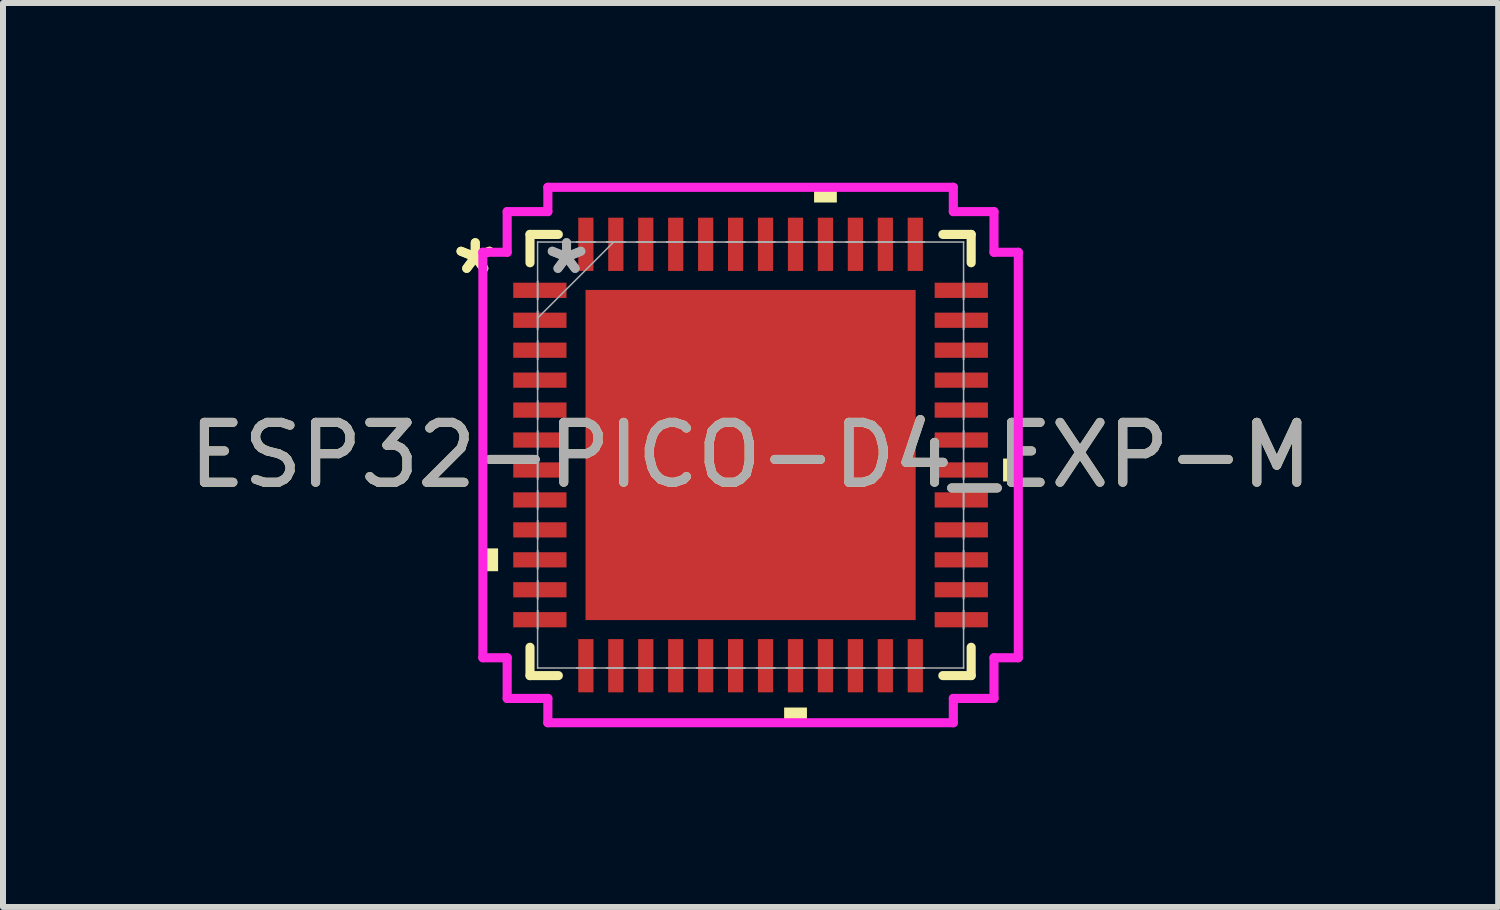
<source format=kicad_pcb>
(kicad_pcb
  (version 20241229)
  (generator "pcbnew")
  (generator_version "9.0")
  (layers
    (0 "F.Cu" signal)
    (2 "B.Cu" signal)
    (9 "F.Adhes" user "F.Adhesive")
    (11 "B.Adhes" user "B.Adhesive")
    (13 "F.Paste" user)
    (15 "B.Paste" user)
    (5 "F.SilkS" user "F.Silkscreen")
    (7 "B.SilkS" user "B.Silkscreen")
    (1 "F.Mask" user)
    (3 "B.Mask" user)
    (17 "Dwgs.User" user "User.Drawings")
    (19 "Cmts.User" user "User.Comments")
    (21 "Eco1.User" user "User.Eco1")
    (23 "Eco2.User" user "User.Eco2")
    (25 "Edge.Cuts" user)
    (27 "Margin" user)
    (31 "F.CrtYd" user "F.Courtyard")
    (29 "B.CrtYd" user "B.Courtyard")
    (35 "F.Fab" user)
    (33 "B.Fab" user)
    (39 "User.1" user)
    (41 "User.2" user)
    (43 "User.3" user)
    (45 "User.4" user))
  (footprint "ESP32-PICO-D4_EXP-M"
    (layer "F.Cu")
    (at 9.482 4.547)
    (property "Reference" "ESP32-PICO-D4_EXP-M" (at 0 0 0) (unlocked yes) (layer "F.SilkS") (effects (font (size 1 1) (thickness 0.15))))
    (attr smd)
    (fp_line (start -3.683 -3.683) (end -3.683 -3.21) (stroke (width 0.152) (type solid)) (layer "F.SilkS"))
    (fp_line (start -3.683 3.21) (end -3.683 3.683) (stroke (width 0.152) (type solid)) (layer "F.SilkS"))
    (fp_line (start -3.683 3.683) (end -3.21 3.683) (stroke (width 0.152) (type solid)) (layer "F.SilkS"))
    (fp_line (start -3.21 -3.683) (end -3.683 -3.683) (stroke (width 0.152) (type solid)) (layer "F.SilkS"))
    (fp_line (start 3.21 3.683) (end 3.683 3.683) (stroke (width 0.152) (type solid)) (layer "F.SilkS"))
    (fp_line (start 3.683 -3.683) (end 3.21 -3.683) (stroke (width 0.152) (type solid)) (layer "F.SilkS"))
    (fp_line (start 3.683 -3.21) (end 3.683 -3.683) (stroke (width 0.152) (type solid)) (layer "F.SilkS"))
    (fp_line (start 3.683 3.683) (end 3.683 3.21) (stroke (width 0.152) (type solid)) (layer "F.SilkS"))
    (fp_poly (pts (xy -4.47 1.559) (xy -4.47 1.94) (xy -4.216 1.94) (xy -4.216 1.559)) (stroke (width 0) (type solid)) (fill yes) (layer "F.SilkS"))
    (fp_poly (pts (xy 0.56 4.216) (xy 0.56 4.47) (xy 0.941 4.47) (xy 0.941 4.216)) (stroke (width 0) (type solid)) (fill yes) (layer "F.SilkS"))
    (fp_poly (pts (xy 1.06 -4.216) (xy 1.06 -4.47) (xy 1.44 -4.47) (xy 1.44 -4.216)) (stroke (width 0) (type solid)) (fill yes) (layer "F.SilkS"))
    (fp_poly (pts (xy 4.47 0.059) (xy 4.47 0.441) (xy 4.216 0.441) (xy 4.216 0.059)) (stroke (width 0) (type solid)) (fill yes) (layer "F.SilkS"))
    (fp_poly (pts (xy -2.656 -2.656) (xy -2.656 -1.478) (xy -1.478 -1.478) (xy -1.478 -2.656)) (stroke (width 0) (type solid)) (fill yes) (layer "F.Paste"))
    (fp_poly (pts (xy -2.656 -1.278) (xy -2.656 -0.1) (xy -1.478 -0.1) (xy -1.478 -1.278)) (stroke (width 0) (type solid)) (fill yes) (layer "F.Paste"))
    (fp_poly (pts (xy -2.656 0.1) (xy -2.656 1.278) (xy -1.478 1.278) (xy -1.478 0.1)) (stroke (width 0) (type solid)) (fill yes) (layer "F.Paste"))
    (fp_poly (pts (xy -2.656 1.478) (xy -2.656 2.656) (xy -1.478 2.656) (xy -1.478 1.478)) (stroke (width 0) (type solid)) (fill yes) (layer "F.Paste"))
    (fp_poly (pts (xy -1.278 -2.656) (xy -1.278 -1.478) (xy -0.1 -1.478) (xy -0.1 -2.656)) (stroke (width 0) (type solid)) (fill yes) (layer "F.Paste"))
    (fp_poly (pts (xy -1.278 -1.278) (xy -1.278 -0.1) (xy -0.1 -0.1) (xy -0.1 -1.278)) (stroke (width 0) (type solid)) (fill yes) (layer "F.Paste"))
    (fp_poly (pts (xy -1.278 0.1) (xy -1.278 1.278) (xy -0.1 1.278) (xy -0.1 0.1)) (stroke (width 0) (type solid)) (fill yes) (layer "F.Paste"))
    (fp_poly (pts (xy -1.278 1.478) (xy -1.278 2.656) (xy -0.1 2.656) (xy -0.1 1.478)) (stroke (width 0) (type solid)) (fill yes) (layer "F.Paste"))
    (fp_poly (pts (xy 0.1 -2.656) (xy 0.1 -1.478) (xy 1.278 -1.478) (xy 1.278 -2.656)) (stroke (width 0) (type solid)) (fill yes) (layer "F.Paste"))
    (fp_poly (pts (xy 0.1 -1.278) (xy 0.1 -0.1) (xy 1.278 -0.1) (xy 1.278 -1.278)) (stroke (width 0) (type solid)) (fill yes) (layer "F.Paste"))
    (fp_poly (pts (xy 0.1 0.1) (xy 0.1 1.278) (xy 1.278 1.278) (xy 1.278 0.1)) (stroke (width 0) (type solid)) (fill yes) (layer "F.Paste"))
    (fp_poly (pts (xy 0.1 1.478) (xy 0.1 2.656) (xy 1.278 2.656) (xy 1.278 1.478)) (stroke (width 0) (type solid)) (fill yes) (layer "F.Paste"))
    (fp_poly (pts (xy 1.478 -2.656) (xy 1.478 -1.478) (xy 2.656 -1.478) (xy 2.656 -2.656)) (stroke (width 0) (type solid)) (fill yes) (layer "F.Paste"))
    (fp_poly (pts (xy 1.478 -1.278) (xy 1.478 -0.1) (xy 2.656 -0.1) (xy 2.656 -1.278)) (stroke (width 0) (type solid)) (fill yes) (layer "F.Paste"))
    (fp_poly (pts (xy 1.478 0.1) (xy 1.478 1.278) (xy 2.656 1.278) (xy 2.656 0.1)) (stroke (width 0) (type solid)) (fill yes) (layer "F.Paste"))
    (fp_poly (pts (xy 1.478 1.478) (xy 1.478 2.656) (xy 2.656 2.656) (xy 2.656 1.478)) (stroke (width 0) (type solid)) (fill yes) (layer "F.Paste"))
    (fp_line (start -4.47 -3.385) (end -4.064 -3.385) (stroke (width 0.152) (type solid)) (layer "F.CrtYd"))
    (fp_line (start -4.47 3.385) (end -4.47 -3.385) (stroke (width 0.152) (type solid)) (layer "F.CrtYd"))
    (fp_line (start -4.064 -4.064) (end -3.385 -4.064) (stroke (width 0.152) (type solid)) (layer "F.CrtYd"))
    (fp_line (start -4.064 -3.385) (end -4.064 -4.064) (stroke (width 0.152) (type solid)) (layer "F.CrtYd"))
    (fp_line (start -4.064 3.385) (end -4.47 3.385) (stroke (width 0.152) (type solid)) (layer "F.CrtYd"))
    (fp_line (start -4.064 4.064) (end -4.064 3.385) (stroke (width 0.152) (type solid)) (layer "F.CrtYd"))
    (fp_line (start -3.385 -4.47) (end 3.385 -4.47) (stroke (width 0.152) (type solid)) (layer "F.CrtYd"))
    (fp_line (start -3.385 -4.064) (end -3.385 -4.47) (stroke (width 0.152) (type solid)) (layer "F.CrtYd"))
    (fp_line (start -3.385 4.064) (end -4.064 4.064) (stroke (width 0.152) (type solid)) (layer "F.CrtYd"))
    (fp_line (start -3.385 4.47) (end -3.385 4.064) (stroke (width 0.152) (type solid)) (layer "F.CrtYd"))
    (fp_line (start 3.385 -4.47) (end 3.385 -4.064) (stroke (width 0.152) (type solid)) (layer "F.CrtYd"))
    (fp_line (start 3.385 -4.064) (end 4.064 -4.064) (stroke (width 0.152) (type solid)) (layer "F.CrtYd"))
    (fp_line (start 3.385 4.064) (end 3.385 4.47) (stroke (width 0.152) (type solid)) (layer "F.CrtYd"))
    (fp_line (start 3.385 4.47) (end -3.385 4.47) (stroke (width 0.152) (type solid)) (layer "F.CrtYd"))
    (fp_line (start 4.064 -4.064) (end 4.064 -3.385) (stroke (width 0.152) (type solid)) (layer "F.CrtYd"))
    (fp_line (start 4.064 -3.385) (end 4.47 -3.385) (stroke (width 0.152) (type solid)) (layer "F.CrtYd"))
    (fp_line (start 4.064 3.385) (end 4.064 4.064) (stroke (width 0.152) (type solid)) (layer "F.CrtYd"))
    (fp_line (start 4.064 4.064) (end 3.385 4.064) (stroke (width 0.152) (type solid)) (layer "F.CrtYd"))
    (fp_line (start 4.47 -3.385) (end 4.47 3.385) (stroke (width 0.152) (type solid)) (layer "F.CrtYd"))
    (fp_line (start 4.47 3.385) (end 4.064 3.385) (stroke (width 0.152) (type solid)) (layer "F.CrtYd"))
    (fp_line (start -3.556 -3.556) (end -3.556 -3.556) (stroke (width 0.025) (type solid)) (layer "F.Fab"))
    (fp_line (start -3.556 -3.556) (end -3.556 3.556) (stroke (width 0.025) (type solid)) (layer "F.Fab"))
    (fp_line (start -3.556 -2.902) (end -3.556 -2.902) (stroke (width 0.025) (type solid)) (layer "F.Fab"))
    (fp_line (start -3.556 -2.902) (end -3.556 -2.598) (stroke (width 0.025) (type solid)) (layer "F.Fab"))
    (fp_line (start -3.556 -2.598) (end -3.556 -2.902) (stroke (width 0.025) (type solid)) (layer "F.Fab"))
    (fp_line (start -3.556 -2.598) (end -3.556 -2.598) (stroke (width 0.025) (type solid)) (layer "F.Fab"))
    (fp_line (start -3.556 -2.402) (end -3.556 -2.402) (stroke (width 0.025) (type solid)) (layer "F.Fab"))
    (fp_line (start -3.556 -2.402) (end -3.556 -2.098) (stroke (width 0.025) (type solid)) (layer "F.Fab"))
    (fp_line (start -3.556 -2.286) (end -2.286 -3.556) (stroke (width 0.025) (type solid)) (layer "F.Fab"))
    (fp_line (start -3.556 -2.098) (end -3.556 -2.402) (stroke (width 0.025) (type solid)) (layer "F.Fab"))
    (fp_line (start -3.556 -2.098) (end -3.556 -2.098) (stroke (width 0.025) (type solid)) (layer "F.Fab"))
    (fp_line (start -3.556 -1.902) (end -3.556 -1.902) (stroke (width 0.025) (type solid)) (layer "F.Fab"))
    (fp_line (start -3.556 -1.902) (end -3.556 -1.598) (stroke (width 0.025) (type solid)) (layer "F.Fab"))
    (fp_line (start -3.556 -1.598) (end -3.556 -1.902) (stroke (width 0.025) (type solid)) (layer "F.Fab"))
    (fp_line (start -3.556 -1.598) (end -3.556 -1.598) (stroke (width 0.025) (type solid)) (layer "F.Fab"))
    (fp_line (start -3.556 -1.402) (end -3.556 -1.402) (stroke (width 0.025) (type solid)) (layer "F.Fab"))
    (fp_line (start -3.556 -1.402) (end -3.556 -1.098) (stroke (width 0.025) (type solid)) (layer "F.Fab"))
    (fp_line (start -3.556 -1.098) (end -3.556 -1.402) (stroke (width 0.025) (type solid)) (layer "F.Fab"))
    (fp_line (start -3.556 -1.098) (end -3.556 -1.098) (stroke (width 0.025) (type solid)) (layer "F.Fab"))
    (fp_line (start -3.556 -0.902) (end -3.556 -0.902) (stroke (width 0.025) (type solid)) (layer "F.Fab"))
    (fp_line (start -3.556 -0.902) (end -3.556 -0.598) (stroke (width 0.025) (type solid)) (layer "F.Fab"))
    (fp_line (start -3.556 -0.598) (end -3.556 -0.902) (stroke (width 0.025) (type solid)) (layer "F.Fab"))
    (fp_line (start -3.556 -0.598) (end -3.556 -0.598) (stroke (width 0.025) (type solid)) (layer "F.Fab"))
    (fp_line (start -3.556 -0.402) (end -3.556 -0.402) (stroke (width 0.025) (type solid)) (layer "F.Fab"))
    (fp_line (start -3.556 -0.402) (end -3.556 -0.098) (stroke (width 0.025) (type solid)) (layer "F.Fab"))
    (fp_line (start -3.556 -0.098) (end -3.556 -0.402) (stroke (width 0.025) (type solid)) (layer "F.Fab"))
    (fp_line (start -3.556 -0.098) (end -3.556 -0.098) (stroke (width 0.025) (type solid)) (layer "F.Fab"))
    (fp_line (start -3.556 0.098) (end -3.556 0.098) (stroke (width 0.025) (type solid)) (layer "F.Fab"))
    (fp_line (start -3.556 0.098) (end -3.556 0.402) (stroke (width 0.025) (type solid)) (layer "F.Fab"))
    (fp_line (start -3.556 0.402) (end -3.556 0.098) (stroke (width 0.025) (type solid)) (layer "F.Fab"))
    (fp_line (start -3.556 0.402) (end -3.556 0.402) (stroke (width 0.025) (type solid)) (layer "F.Fab"))
    (fp_line (start -3.556 0.598) (end -3.556 0.598) (stroke (width 0.025) (type solid)) (layer "F.Fab"))
    (fp_line (start -3.556 0.598) (end -3.556 0.902) (stroke (width 0.025) (type solid)) (layer "F.Fab"))
    (fp_line (start -3.556 0.902) (end -3.556 0.598) (stroke (width 0.025) (type solid)) (layer "F.Fab"))
    (fp_line (start -3.556 0.902) (end -3.556 0.902) (stroke (width 0.025) (type solid)) (layer "F.Fab"))
    (fp_line (start -3.556 1.098) (end -3.556 1.098) (stroke (width 0.025) (type solid)) (layer "F.Fab"))
    (fp_line (start -3.556 1.098) (end -3.556 1.402) (stroke (width 0.025) (type solid)) (layer "F.Fab"))
    (fp_line (start -3.556 1.402) (end -3.556 1.098) (stroke (width 0.025) (type solid)) (layer "F.Fab"))
    (fp_line (start -3.556 1.402) (end -3.556 1.402) (stroke (width 0.025) (type solid)) (layer "F.Fab"))
    (fp_line (start -3.556 1.598) (end -3.556 1.598) (stroke (width 0.025) (type solid)) (layer "F.Fab"))
    (fp_line (start -3.556 1.598) (end -3.556 1.902) (stroke (width 0.025) (type solid)) (layer "F.Fab"))
    (fp_line (start -3.556 1.902) (end -3.556 1.598) (stroke (width 0.025) (type solid)) (layer "F.Fab"))
    (fp_line (start -3.556 1.902) (end -3.556 1.902) (stroke (width 0.025) (type solid)) (layer "F.Fab"))
    (fp_line (start -3.556 2.098) (end -3.556 2.098) (stroke (width 0.025) (type solid)) (layer "F.Fab"))
    (fp_line (start -3.556 2.098) (end -3.556 2.402) (stroke (width 0.025) (type solid)) (layer "F.Fab"))
    (fp_line (start -3.556 2.402) (end -3.556 2.098) (stroke (width 0.025) (type solid)) (layer "F.Fab"))
    (fp_line (start -3.556 2.402) (end -3.556 2.402) (stroke (width 0.025) (type solid)) (layer "F.Fab"))
    (fp_line (start -3.556 2.598) (end -3.556 2.598) (stroke (width 0.025) (type solid)) (layer "F.Fab"))
    (fp_line (start -3.556 2.598) (end -3.556 2.902) (stroke (width 0.025) (type solid)) (layer "F.Fab"))
    (fp_line (start -3.556 2.902) (end -3.556 2.598) (stroke (width 0.025) (type solid)) (layer "F.Fab"))
    (fp_line (start -3.556 2.902) (end -3.556 2.902) (stroke (width 0.025) (type solid)) (layer "F.Fab"))
    (fp_line (start -3.556 3.556) (end -3.556 3.556) (stroke (width 0.025) (type solid)) (layer "F.Fab"))
    (fp_line (start -3.556 3.556) (end 3.556 3.556) (stroke (width 0.025) (type solid)) (layer "F.Fab"))
    (fp_line (start -2.902 -3.556) (end -2.902 -3.556) (stroke (width 0.025) (type solid)) (layer "F.Fab"))
    (fp_line (start -2.902 -3.556) (end -2.598 -3.556) (stroke (width 0.025) (type solid)) (layer "F.Fab"))
    (fp_line (start -2.902 3.556) (end -2.902 3.556) (stroke (width 0.025) (type solid)) (layer "F.Fab"))
    (fp_line (start -2.902 3.556) (end -2.598 3.556) (stroke (width 0.025) (type solid)) (layer "F.Fab"))
    (fp_line (start -2.598 -3.556) (end -2.902 -3.556) (stroke (width 0.025) (type solid)) (layer "F.Fab"))
    (fp_line (start -2.598 -3.556) (end -2.598 -3.556) (stroke (width 0.025) (type solid)) (layer "F.Fab"))
    (fp_line (start -2.598 3.556) (end -2.902 3.556) (stroke (width 0.025) (type solid)) (layer "F.Fab"))
    (fp_line (start -2.598 3.556) (end -2.598 3.556) (stroke (width 0.025) (type solid)) (layer "F.Fab"))
    (fp_line (start -2.402 -3.556) (end -2.402 -3.556) (stroke (width 0.025) (type solid)) (layer "F.Fab"))
    (fp_line (start -2.402 -3.556) (end -2.098 -3.556) (stroke (width 0.025) (type solid)) (layer "F.Fab"))
    (fp_line (start -2.402 3.556) (end -2.402 3.556) (stroke (width 0.025) (type solid)) (layer "F.Fab"))
    (fp_line (start -2.402 3.556) (end -2.098 3.556) (stroke (width 0.025) (type solid)) (layer "F.Fab"))
    (fp_line (start -2.098 -3.556) (end -2.402 -3.556) (stroke (width 0.025) (type solid)) (layer "F.Fab"))
    (fp_line (start -2.098 -3.556) (end -2.098 -3.556) (stroke (width 0.025) (type solid)) (layer "F.Fab"))
    (fp_line (start -2.098 3.556) (end -2.402 3.556) (stroke (width 0.025) (type solid)) (layer "F.Fab"))
    (fp_line (start -2.098 3.556) (end -2.098 3.556) (stroke (width 0.025) (type solid)) (layer "F.Fab"))
    (fp_line (start -1.902 -3.556) (end -1.902 -3.556) (stroke (width 0.025) (type solid)) (layer "F.Fab"))
    (fp_line (start -1.902 -3.556) (end -1.598 -3.556) (stroke (width 0.025) (type solid)) (layer "F.Fab"))
    (fp_line (start -1.902 3.556) (end -1.902 3.556) (stroke (width 0.025) (type solid)) (layer "F.Fab"))
    (fp_line (start -1.902 3.556) (end -1.598 3.556) (stroke (width 0.025) (type solid)) (layer "F.Fab"))
    (fp_line (start -1.598 -3.556) (end -1.902 -3.556) (stroke (width 0.025) (type solid)) (layer "F.Fab"))
    (fp_line (start -1.598 -3.556) (end -1.598 -3.556) (stroke (width 0.025) (type solid)) (layer "F.Fab"))
    (fp_line (start -1.598 3.556) (end -1.902 3.556) (stroke (width 0.025) (type solid)) (layer "F.Fab"))
    (fp_line (start -1.598 3.556) (end -1.598 3.556) (stroke (width 0.025) (type solid)) (layer "F.Fab"))
    (fp_line (start -1.402 -3.556) (end -1.402 -3.556) (stroke (width 0.025) (type solid)) (layer "F.Fab"))
    (fp_line (start -1.402 -3.556) (end -1.098 -3.556) (stroke (width 0.025) (type solid)) (layer "F.Fab"))
    (fp_line (start -1.402 3.556) (end -1.402 3.556) (stroke (width 0.025) (type solid)) (layer "F.Fab"))
    (fp_line (start -1.402 3.556) (end -1.098 3.556) (stroke (width 0.025) (type solid)) (layer "F.Fab"))
    (fp_line (start -1.098 -3.556) (end -1.402 -3.556) (stroke (width 0.025) (type solid)) (layer "F.Fab"))
    (fp_line (start -1.098 -3.556) (end -1.098 -3.556) (stroke (width 0.025) (type solid)) (layer "F.Fab"))
    (fp_line (start -1.098 3.556) (end -1.402 3.556) (stroke (width 0.025) (type solid)) (layer "F.Fab"))
    (fp_line (start -1.098 3.556) (end -1.098 3.556) (stroke (width 0.025) (type solid)) (layer "F.Fab"))
    (fp_line (start -0.902 -3.556) (end -0.902 -3.556) (stroke (width 0.025) (type solid)) (layer "F.Fab"))
    (fp_line (start -0.902 -3.556) (end -0.598 -3.556) (stroke (width 0.025) (type solid)) (layer "F.Fab"))
    (fp_line (start -0.902 3.556) (end -0.902 3.556) (stroke (width 0.025) (type solid)) (layer "F.Fab"))
    (fp_line (start -0.902 3.556) (end -0.598 3.556) (stroke (width 0.025) (type solid)) (layer "F.Fab"))
    (fp_line (start -0.598 -3.556) (end -0.902 -3.556) (stroke (width 0.025) (type solid)) (layer "F.Fab"))
    (fp_line (start -0.598 -3.556) (end -0.598 -3.556) (stroke (width 0.025) (type solid)) (layer "F.Fab"))
    (fp_line (start -0.598 3.556) (end -0.902 3.556) (stroke (width 0.025) (type solid)) (layer "F.Fab"))
    (fp_line (start -0.598 3.556) (end -0.598 3.556) (stroke (width 0.025) (type solid)) (layer "F.Fab"))
    (fp_line (start -0.402 -3.556) (end -0.402 -3.556) (stroke (width 0.025) (type solid)) (layer "F.Fab"))
    (fp_line (start -0.402 -3.556) (end -0.098 -3.556) (stroke (width 0.025) (type solid)) (layer "F.Fab"))
    (fp_line (start -0.402 3.556) (end -0.402 3.556) (stroke (width 0.025) (type solid)) (layer "F.Fab"))
    (fp_line (start -0.402 3.556) (end -0.098 3.556) (stroke (width 0.025) (type solid)) (layer "F.Fab"))
    (fp_line (start -0.098 -3.556) (end -0.402 -3.556) (stroke (width 0.025) (type solid)) (layer "F.Fab"))
    (fp_line (start -0.098 -3.556) (end -0.098 -3.556) (stroke (width 0.025) (type solid)) (layer "F.Fab"))
    (fp_line (start -0.098 3.556) (end -0.402 3.556) (stroke (width 0.025) (type solid)) (layer "F.Fab"))
    (fp_line (start -0.098 3.556) (end -0.098 3.556) (stroke (width 0.025) (type solid)) (layer "F.Fab"))
    (fp_line (start 0.098 -3.556) (end 0.098 -3.556) (stroke (width 0.025) (type solid)) (layer "F.Fab"))
    (fp_line (start 0.098 -3.556) (end 0.402 -3.556) (stroke (width 0.025) (type solid)) (layer "F.Fab"))
    (fp_line (start 0.098 3.556) (end 0.098 3.556) (stroke (width 0.025) (type solid)) (layer "F.Fab"))
    (fp_line (start 0.098 3.556) (end 0.402 3.556) (stroke (width 0.025) (type solid)) (layer "F.Fab"))
    (fp_line (start 0.402 -3.556) (end 0.098 -3.556) (stroke (width 0.025) (type solid)) (layer "F.Fab"))
    (fp_line (start 0.402 -3.556) (end 0.402 -3.556) (stroke (width 0.025) (type solid)) (layer "F.Fab"))
    (fp_line (start 0.402 3.556) (end 0.098 3.556) (stroke (width 0.025) (type solid)) (layer "F.Fab"))
    (fp_line (start 0.402 3.556) (end 0.402 3.556) (stroke (width 0.025) (type solid)) (layer "F.Fab"))
    (fp_line (start 0.598 -3.556) (end 0.598 -3.556) (stroke (width 0.025) (type solid)) (layer "F.Fab"))
    (fp_line (start 0.598 -3.556) (end 0.902 -3.556) (stroke (width 0.025) (type solid)) (layer "F.Fab"))
    (fp_line (start 0.598 3.556) (end 0.598 3.556) (stroke (width 0.025) (type solid)) (layer "F.Fab"))
    (fp_line (start 0.598 3.556) (end 0.902 3.556) (stroke (width 0.025) (type solid)) (layer "F.Fab"))
    (fp_line (start 0.902 -3.556) (end 0.598 -3.556) (stroke (width 0.025) (type solid)) (layer "F.Fab"))
    (fp_line (start 0.902 -3.556) (end 0.902 -3.556) (stroke (width 0.025) (type solid)) (layer "F.Fab"))
    (fp_line (start 0.902 3.556) (end 0.598 3.556) (stroke (width 0.025) (type solid)) (layer "F.Fab"))
    (fp_line (start 0.902 3.556) (end 0.902 3.556) (stroke (width 0.025) (type solid)) (layer "F.Fab"))
    (fp_line (start 1.098 -3.556) (end 1.098 -3.556) (stroke (width 0.025) (type solid)) (layer "F.Fab"))
    (fp_line (start 1.098 -3.556) (end 1.402 -3.556) (stroke (width 0.025) (type solid)) (layer "F.Fab"))
    (fp_line (start 1.098 3.556) (end 1.098 3.556) (stroke (width 0.025) (type solid)) (layer "F.Fab"))
    (fp_line (start 1.098 3.556) (end 1.402 3.556) (stroke (width 0.025) (type solid)) (layer "F.Fab"))
    (fp_line (start 1.402 -3.556) (end 1.098 -3.556) (stroke (width 0.025) (type solid)) (layer "F.Fab"))
    (fp_line (start 1.402 -3.556) (end 1.402 -3.556) (stroke (width 0.025) (type solid)) (layer "F.Fab"))
    (fp_line (start 1.402 3.556) (end 1.098 3.556) (stroke (width 0.025) (type solid)) (layer "F.Fab"))
    (fp_line (start 1.402 3.556) (end 1.402 3.556) (stroke (width 0.025) (type solid)) (layer "F.Fab"))
    (fp_line (start 1.598 -3.556) (end 1.598 -3.556) (stroke (width 0.025) (type solid)) (layer "F.Fab"))
    (fp_line (start 1.598 -3.556) (end 1.902 -3.556) (stroke (width 0.025) (type solid)) (layer "F.Fab"))
    (fp_line (start 1.598 3.556) (end 1.598 3.556) (stroke (width 0.025) (type solid)) (layer "F.Fab"))
    (fp_line (start 1.598 3.556) (end 1.902 3.556) (stroke (width 0.025) (type solid)) (layer "F.Fab"))
    (fp_line (start 1.902 -3.556) (end 1.598 -3.556) (stroke (width 0.025) (type solid)) (layer "F.Fab"))
    (fp_line (start 1.902 -3.556) (end 1.902 -3.556) (stroke (width 0.025) (type solid)) (layer "F.Fab"))
    (fp_line (start 1.902 3.556) (end 1.598 3.556) (stroke (width 0.025) (type solid)) (layer "F.Fab"))
    (fp_line (start 1.902 3.556) (end 1.902 3.556) (stroke (width 0.025) (type solid)) (layer "F.Fab"))
    (fp_line (start 2.098 -3.556) (end 2.098 -3.556) (stroke (width 0.025) (type solid)) (layer "F.Fab"))
    (fp_line (start 2.098 -3.556) (end 2.402 -3.556) (stroke (width 0.025) (type solid)) (layer "F.Fab"))
    (fp_line (start 2.098 3.556) (end 2.098 3.556) (stroke (width 0.025) (type solid)) (layer "F.Fab"))
    (fp_line (start 2.098 3.556) (end 2.402 3.556) (stroke (width 0.025) (type solid)) (layer "F.Fab"))
    (fp_line (start 2.402 -3.556) (end 2.098 -3.556) (stroke (width 0.025) (type solid)) (layer "F.Fab"))
    (fp_line (start 2.402 -3.556) (end 2.402 -3.556) (stroke (width 0.025) (type solid)) (layer "F.Fab"))
    (fp_line (start 2.402 3.556) (end 2.098 3.556) (stroke (width 0.025) (type solid)) (layer "F.Fab"))
    (fp_line (start 2.402 3.556) (end 2.402 3.556) (stroke (width 0.025) (type solid)) (layer "F.Fab"))
    (fp_line (start 2.598 -3.556) (end 2.598 -3.556) (stroke (width 0.025) (type solid)) (layer "F.Fab"))
    (fp_line (start 2.598 -3.556) (end 2.902 -3.556) (stroke (width 0.025) (type solid)) (layer "F.Fab"))
    (fp_line (start 2.598 3.556) (end 2.598 3.556) (stroke (width 0.025) (type solid)) (layer "F.Fab"))
    (fp_line (start 2.598 3.556) (end 2.902 3.556) (stroke (width 0.025) (type solid)) (layer "F.Fab"))
    (fp_line (start 2.902 -3.556) (end 2.598 -3.556) (stroke (width 0.025) (type solid)) (layer "F.Fab"))
    (fp_line (start 2.902 -3.556) (end 2.902 -3.556) (stroke (width 0.025) (type solid)) (layer "F.Fab"))
    (fp_line (start 2.902 3.556) (end 2.598 3.556) (stroke (width 0.025) (type solid)) (layer "F.Fab"))
    (fp_line (start 2.902 3.556) (end 2.902 3.556) (stroke (width 0.025) (type solid)) (layer "F.Fab"))
    (fp_line (start 3.556 -3.556) (end -3.556 -3.556) (stroke (width 0.025) (type solid)) (layer "F.Fab"))
    (fp_line (start 3.556 -3.556) (end 3.556 -3.556) (stroke (width 0.025) (type solid)) (layer "F.Fab"))
    (fp_line (start 3.556 -2.902) (end 3.556 -2.902) (stroke (width 0.025) (type solid)) (layer "F.Fab"))
    (fp_line (start 3.556 -2.902) (end 3.556 -2.598) (stroke (width 0.025) (type solid)) (layer "F.Fab"))
    (fp_line (start 3.556 -2.598) (end 3.556 -2.902) (stroke (width 0.025) (type solid)) (layer "F.Fab"))
    (fp_line (start 3.556 -2.598) (end 3.556 -2.598) (stroke (width 0.025) (type solid)) (layer "F.Fab"))
    (fp_line (start 3.556 -2.402) (end 3.556 -2.402) (stroke (width 0.025) (type solid)) (layer "F.Fab"))
    (fp_line (start 3.556 -2.402) (end 3.556 -2.098) (stroke (width 0.025) (type solid)) (layer "F.Fab"))
    (fp_line (start 3.556 -2.098) (end 3.556 -2.402) (stroke (width 0.025) (type solid)) (layer "F.Fab"))
    (fp_line (start 3.556 -2.098) (end 3.556 -2.098) (stroke (width 0.025) (type solid)) (layer "F.Fab"))
    (fp_line (start 3.556 -1.902) (end 3.556 -1.902) (stroke (width 0.025) (type solid)) (layer "F.Fab"))
    (fp_line (start 3.556 -1.902) (end 3.556 -1.598) (stroke (width 0.025) (type solid)) (layer "F.Fab"))
    (fp_line (start 3.556 -1.598) (end 3.556 -1.902) (stroke (width 0.025) (type solid)) (layer "F.Fab"))
    (fp_line (start 3.556 -1.598) (end 3.556 -1.598) (stroke (width 0.025) (type solid)) (layer "F.Fab"))
    (fp_line (start 3.556 -1.402) (end 3.556 -1.402) (stroke (width 0.025) (type solid)) (layer "F.Fab"))
    (fp_line (start 3.556 -1.402) (end 3.556 -1.098) (stroke (width 0.025) (type solid)) (layer "F.Fab"))
    (fp_line (start 3.556 -1.098) (end 3.556 -1.402) (stroke (width 0.025) (type solid)) (layer "F.Fab"))
    (fp_line (start 3.556 -1.098) (end 3.556 -1.098) (stroke (width 0.025) (type solid)) (layer "F.Fab"))
    (fp_line (start 3.556 -0.902) (end 3.556 -0.902) (stroke (width 0.025) (type solid)) (layer "F.Fab"))
    (fp_line (start 3.556 -0.902) (end 3.556 -0.598) (stroke (width 0.025) (type solid)) (layer "F.Fab"))
    (fp_line (start 3.556 -0.598) (end 3.556 -0.902) (stroke (width 0.025) (type solid)) (layer "F.Fab"))
    (fp_line (start 3.556 -0.598) (end 3.556 -0.598) (stroke (width 0.025) (type solid)) (layer "F.Fab"))
    (fp_line (start 3.556 -0.402) (end 3.556 -0.402) (stroke (width 0.025) (type solid)) (layer "F.Fab"))
    (fp_line (start 3.556 -0.402) (end 3.556 -0.098) (stroke (width 0.025) (type solid)) (layer "F.Fab"))
    (fp_line (start 3.556 -0.098) (end 3.556 -0.402) (stroke (width 0.025) (type solid)) (layer "F.Fab"))
    (fp_line (start 3.556 -0.098) (end 3.556 -0.098) (stroke (width 0.025) (type solid)) (layer "F.Fab"))
    (fp_line (start 3.556 0.098) (end 3.556 0.098) (stroke (width 0.025) (type solid)) (layer "F.Fab"))
    (fp_line (start 3.556 0.098) (end 3.556 0.402) (stroke (width 0.025) (type solid)) (layer "F.Fab"))
    (fp_line (start 3.556 0.402) (end 3.556 0.098) (stroke (width 0.025) (type solid)) (layer "F.Fab"))
    (fp_line (start 3.556 0.402) (end 3.556 0.402) (stroke (width 0.025) (type solid)) (layer "F.Fab"))
    (fp_line (start 3.556 0.598) (end 3.556 0.598) (stroke (width 0.025) (type solid)) (layer "F.Fab"))
    (fp_line (start 3.556 0.598) (end 3.556 0.902) (stroke (width 0.025) (type solid)) (layer "F.Fab"))
    (fp_line (start 3.556 0.902) (end 3.556 0.598) (stroke (width 0.025) (type solid)) (layer "F.Fab"))
    (fp_line (start 3.556 0.902) (end 3.556 0.902) (stroke (width 0.025) (type solid)) (layer "F.Fab"))
    (fp_line (start 3.556 1.098) (end 3.556 1.098) (stroke (width 0.025) (type solid)) (layer "F.Fab"))
    (fp_line (start 3.556 1.098) (end 3.556 1.402) (stroke (width 0.025) (type solid)) (layer "F.Fab"))
    (fp_line (start 3.556 1.402) (end 3.556 1.098) (stroke (width 0.025) (type solid)) (layer "F.Fab"))
    (fp_line (start 3.556 1.402) (end 3.556 1.402) (stroke (width 0.025) (type solid)) (layer "F.Fab"))
    (fp_line (start 3.556 1.598) (end 3.556 1.598) (stroke (width 0.025) (type solid)) (layer "F.Fab"))
    (fp_line (start 3.556 1.598) (end 3.556 1.902) (stroke (width 0.025) (type solid)) (layer "F.Fab"))
    (fp_line (start 3.556 1.902) (end 3.556 1.598) (stroke (width 0.025) (type solid)) (layer "F.Fab"))
    (fp_line (start 3.556 1.902) (end 3.556 1.902) (stroke (width 0.025) (type solid)) (layer "F.Fab"))
    (fp_line (start 3.556 2.098) (end 3.556 2.098) (stroke (width 0.025) (type solid)) (layer "F.Fab"))
    (fp_line (start 3.556 2.098) (end 3.556 2.402) (stroke (width 0.025) (type solid)) (layer "F.Fab"))
    (fp_line (start 3.556 2.402) (end 3.556 2.098) (stroke (width 0.025) (type solid)) (layer "F.Fab"))
    (fp_line (start 3.556 2.402) (end 3.556 2.402) (stroke (width 0.025) (type solid)) (layer "F.Fab"))
    (fp_line (start 3.556 2.598) (end 3.556 2.598) (stroke (width 0.025) (type solid)) (layer "F.Fab"))
    (fp_line (start 3.556 2.598) (end 3.556 2.902) (stroke (width 0.025) (type solid)) (layer "F.Fab"))
    (fp_line (start 3.556 2.902) (end 3.556 2.598) (stroke (width 0.025) (type solid)) (layer "F.Fab"))
    (fp_line (start 3.556 2.902) (end 3.556 2.902) (stroke (width 0.025) (type solid)) (layer "F.Fab"))
    (fp_line (start 3.556 3.556) (end 3.556 -3.556) (stroke (width 0.025) (type solid)) (layer "F.Fab"))
    (fp_line (start 3.556 3.556) (end 3.556 3.556) (stroke (width 0.025) (type solid)) (layer "F.Fab"))
    (fp_text user "*" (at -4.597 -3 0) (layer "F.SilkS") (effects (font (size 1 1) (thickness 0.15))))
    (fp_text user "*" (at -4.597 -3 0) (unlocked yes) (layer "F.SilkS") (effects (font (size 1 1) (thickness 0.15))))
    (fp_text user "${REFERENCE}" (at 0 0 0) (unlocked yes) (layer "F.Fab") (effects (font (size 1 1) (thickness 0.15))))
    (fp_text user "*" (at -3.073 -3 0) (unlocked yes) (layer "F.Fab") (effects (font (size 1 1) (thickness 0.15))))
    (fp_text user "*" (at -3.073 -3 0) (layer "F.Fab") (effects (font (size 1 1) (thickness 0.15))))
    (pad "1" smd rect (at -3.518 -2.75 90) (size 0.254 0.889) (layers "F.Cu" "F.Mask" "F.Paste"))
    (pad "2" smd rect (at -3.518 -2.25 90) (size 0.254 0.889) (layers "F.Cu" "F.Mask" "F.Paste"))
    (pad "3" smd rect (at -3.518 -1.75 90) (size 0.254 0.889) (layers "F.Cu" "F.Mask" "F.Paste"))
    (pad "4" smd rect (at -3.518 -1.25 90) (size 0.254 0.889) (layers "F.Cu" "F.Mask" "F.Paste"))
    (pad "5" smd rect (at -3.518 -0.75 90) (size 0.254 0.889) (layers "F.Cu" "F.Mask" "F.Paste"))
    (pad "6" smd rect (at -3.518 -0.25 90) (size 0.254 0.889) (layers "F.Cu" "F.Mask" "F.Paste"))
    (pad "7" smd rect (at -3.518 0.25 90) (size 0.254 0.889) (layers "F.Cu" "F.Mask" "F.Paste"))
    (pad "8" smd rect (at -3.518 0.75 90) (size 0.254 0.889) (layers "F.Cu" "F.Mask" "F.Paste"))
    (pad "9" smd rect (at -3.518 1.25 90) (size 0.254 0.889) (layers "F.Cu" "F.Mask" "F.Paste"))
    (pad "10" smd rect (at -3.518 1.75 90) (size 0.254 0.889) (layers "F.Cu" "F.Mask" "F.Paste"))
    (pad "11" smd rect (at -3.518 2.25 90) (size 0.254 0.889) (layers "F.Cu" "F.Mask" "F.Paste"))
    (pad "12" smd rect (at -3.518 2.75 90) (size 0.254 0.889) (layers "F.Cu" "F.Mask" "F.Paste"))
    (pad "13" smd rect (at -2.75 3.518) (size 0.254 0.889) (layers "F.Cu" "F.Mask" "F.Paste"))
    (pad "14" smd rect (at -2.25 3.518) (size 0.254 0.889) (layers "F.Cu" "F.Mask" "F.Paste"))
    (pad "15" smd rect (at -1.75 3.518) (size 0.254 0.889) (layers "F.Cu" "F.Mask" "F.Paste"))
    (pad "16" smd rect (at -1.25 3.518) (size 0.254 0.889) (layers "F.Cu" "F.Mask" "F.Paste"))
    (pad "17" smd rect (at -0.75 3.518) (size 0.254 0.889) (layers "F.Cu" "F.Mask" "F.Paste"))
    (pad "18" smd rect (at -0.25 3.518) (size 0.254 0.889) (layers "F.Cu" "F.Mask" "F.Paste"))
    (pad "19" smd rect (at 0.25 3.518) (size 0.254 0.889) (layers "F.Cu" "F.Mask" "F.Paste"))
    (pad "20" smd rect (at 0.75 3.518) (size 0.254 0.889) (layers "F.Cu" "F.Mask" "F.Paste"))
    (pad "21" smd rect (at 1.25 3.518) (size 0.254 0.889) (layers "F.Cu" "F.Mask" "F.Paste"))
    (pad "22" smd rect (at 1.75 3.518) (size 0.254 0.889) (layers "F.Cu" "F.Mask" "F.Paste"))
    (pad "23" smd rect (at 2.25 3.518) (size 0.254 0.889) (layers "F.Cu" "F.Mask" "F.Paste"))
    (pad "24" smd rect (at 2.75 3.518) (size 0.254 0.889) (layers "F.Cu" "F.Mask" "F.Paste"))
    (pad "25" smd rect (at 3.518 2.75 90) (size 0.254 0.889) (layers "F.Cu" "F.Mask" "F.Paste"))
    (pad "26" smd rect (at 3.518 2.25 90) (size 0.254 0.889) (layers "F.Cu" "F.Mask" "F.Paste"))
    (pad "27" smd rect (at 3.518 1.75 90) (size 0.254 0.889) (layers "F.Cu" "F.Mask" "F.Paste"))
    (pad "28" smd rect (at 3.518 1.25 90) (size 0.254 0.889) (layers "F.Cu" "F.Mask" "F.Paste"))
    (pad "29" smd rect (at 3.518 0.75 90) (size 0.254 0.889) (layers "F.Cu" "F.Mask" "F.Paste"))
    (pad "30" smd rect (at 3.518 0.25 90) (size 0.254 0.889) (layers "F.Cu" "F.Mask" "F.Paste"))
    (pad "31" smd rect (at 3.518 -0.25 90) (size 0.254 0.889) (layers "F.Cu" "F.Mask" "F.Paste"))
    (pad "32" smd rect (at 3.518 -0.75 90) (size 0.254 0.889) (layers "F.Cu" "F.Mask" "F.Paste"))
    (pad "33" smd rect (at 3.518 -1.25 90) (size 0.254 0.889) (layers "F.Cu" "F.Mask" "F.Paste"))
    (pad "34" smd rect (at 3.518 -1.75 90) (size 0.254 0.889) (layers "F.Cu" "F.Mask" "F.Paste"))
    (pad "35" smd rect (at 3.518 -2.25 90) (size 0.254 0.889) (layers "F.Cu" "F.Mask" "F.Paste"))
    (pad "36" smd rect (at 3.518 -2.75 90) (size 0.254 0.889) (layers "F.Cu" "F.Mask" "F.Paste"))
    (pad "37" smd rect (at 2.75 -3.518) (size 0.254 0.889) (layers "F.Cu" "F.Mask" "F.Paste"))
    (pad "38" smd rect (at 2.25 -3.518) (size 0.254 0.889) (layers "F.Cu" "F.Mask" "F.Paste"))
    (pad "39" smd rect (at 1.75 -3.518) (size 0.254 0.889) (layers "F.Cu" "F.Mask" "F.Paste"))
    (pad "40" smd rect (at 1.25 -3.518) (size 0.254 0.889) (layers "F.Cu" "F.Mask" "F.Paste"))
    (pad "41" smd rect (at 0.75 -3.518) (size 0.254 0.889) (layers "F.Cu" "F.Mask" "F.Paste"))
    (pad "42" smd rect (at 0.25 -3.518) (size 0.254 0.889) (layers "F.Cu" "F.Mask" "F.Paste"))
    (pad "43" smd rect (at -0.25 -3.518) (size 0.254 0.889) (layers "F.Cu" "F.Mask" "F.Paste"))
    (pad "44" smd rect (at -0.75 -3.518) (size 0.254 0.889) (layers "F.Cu" "F.Mask" "F.Paste"))
    (pad "45" smd rect (at -1.25 -3.518) (size 0.254 0.889) (layers "F.Cu" "F.Mask" "F.Paste"))
    (pad "46" smd rect (at -1.75 -3.518) (size 0.254 0.889) (layers "F.Cu" "F.Mask" "F.Paste"))
    (pad "47" smd rect (at -2.25 -3.518) (size 0.254 0.889) (layers "F.Cu" "F.Mask" "F.Paste"))
    (pad "48" smd rect (at -2.75 -3.518) (size 0.254 0.889) (layers "F.Cu" "F.Mask" "F.Paste"))
    (pad "49" smd rect (at 0 0) (size 5.512 5.512) (layers "F.Cu" "F.Mask")))
  (gr_rect
    (start -3 -3)
    (end 21.964 12.093)
    (stroke (width 0.1) (type default))
    (fill no)
    (layer "Edge.Cuts")))
</source>
